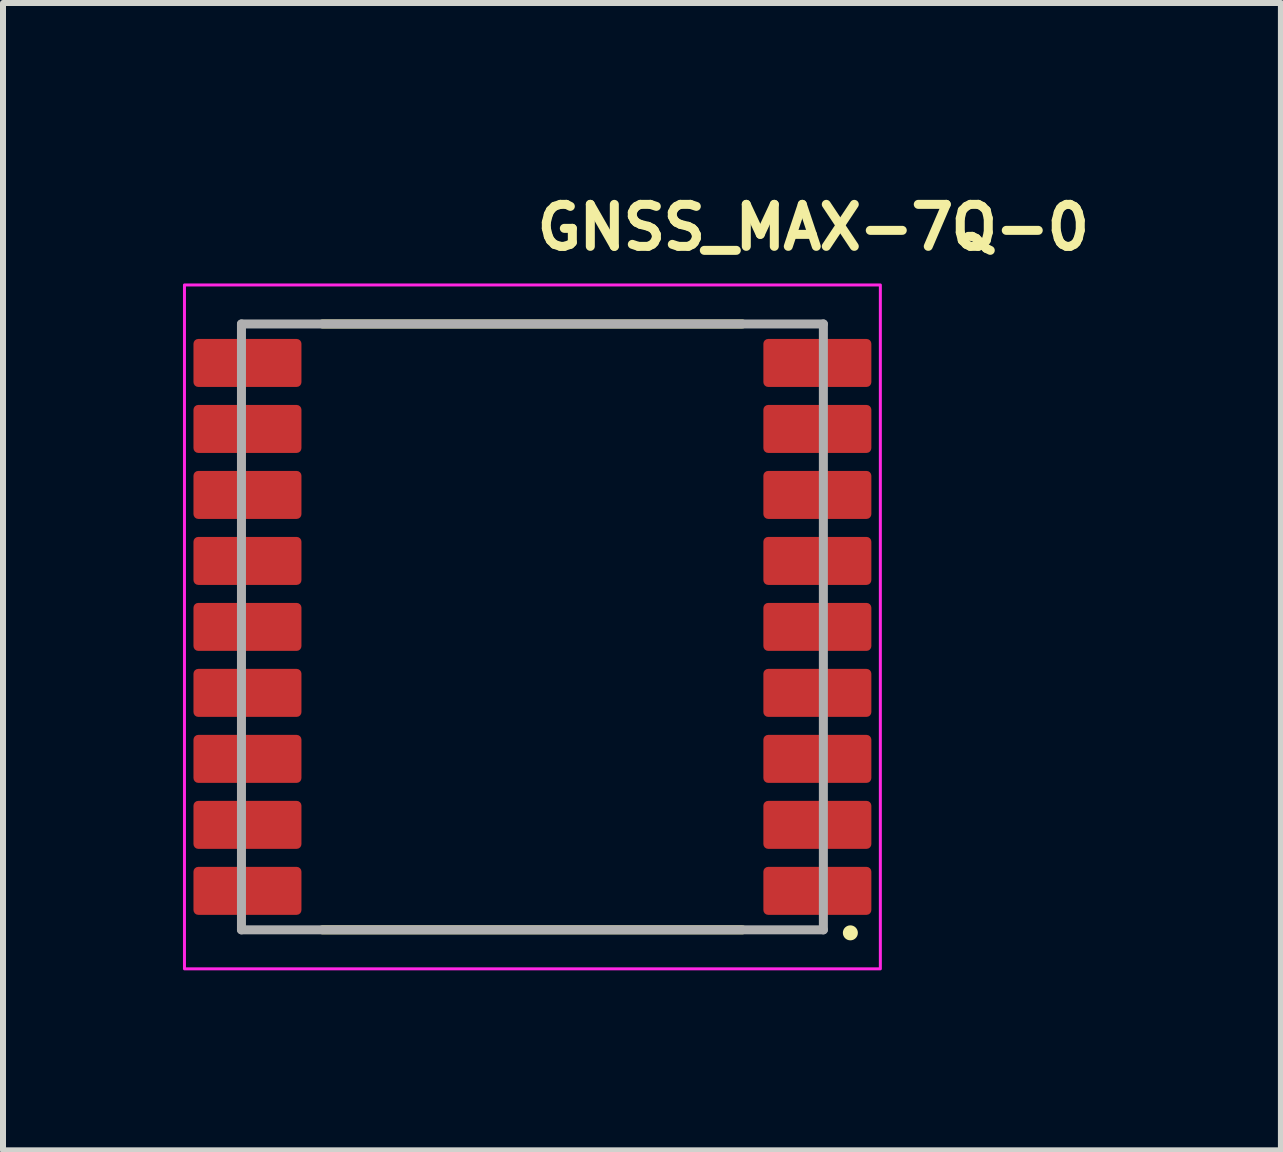
<source format=kicad_pcb>
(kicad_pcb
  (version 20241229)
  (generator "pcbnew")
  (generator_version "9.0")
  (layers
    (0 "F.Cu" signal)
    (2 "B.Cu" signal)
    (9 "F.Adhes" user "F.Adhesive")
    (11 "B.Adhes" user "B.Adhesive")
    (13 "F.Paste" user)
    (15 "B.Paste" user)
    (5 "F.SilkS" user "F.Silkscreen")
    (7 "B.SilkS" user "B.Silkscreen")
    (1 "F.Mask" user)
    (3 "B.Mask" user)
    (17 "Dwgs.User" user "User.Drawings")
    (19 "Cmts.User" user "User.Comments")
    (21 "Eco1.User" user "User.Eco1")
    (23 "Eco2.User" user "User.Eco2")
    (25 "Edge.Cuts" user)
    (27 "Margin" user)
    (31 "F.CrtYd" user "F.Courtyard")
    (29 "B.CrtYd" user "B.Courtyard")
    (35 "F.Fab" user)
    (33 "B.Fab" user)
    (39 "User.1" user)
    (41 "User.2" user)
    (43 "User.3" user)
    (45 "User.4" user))
  (footprint "GNSS_MAX-7Q-0"
    (layer "F.Cu")
    (at 5.825 7.4)
    (property "Reference" "GNSS_MAX-7Q-0" (at 0 -6.25 0) (layer "F.SilkS") (effects (font (size 0.7 0.7) (thickness 0.15)) (justify left bottom)))
    (attr smd)
    (fp_line (start -3.5 -5.05) (end 3.5 -5.05) (stroke (width 0.15) (type solid)) (layer "F.SilkS"))
    (fp_line (start -3.5 5.05) (end 3.5 5.05) (stroke (width 0.15) (type solid)) (layer "F.SilkS"))
    (fp_circle (center 5.3 5.1) (end 5.35 5.1) (stroke (width 0.15) (type solid)) (fill yes) (layer "F.SilkS"))
    (fp_rect (start -5.8 -5.7) (end 5.8 5.7) (stroke (width 0.05) (type solid)) (fill no) (layer "F.CrtYd"))
    (fp_line (start -4.85 -5.05) (end -4.85 5.05) (stroke (width 0.15) (type solid)) (layer "F.Fab"))
    (fp_line (start -4.85 5.05) (end 4.85 5.05) (stroke (width 0.15) (type solid)) (layer "F.Fab"))
    (fp_line (start 4.85 -5.05) (end -4.85 -5.05) (stroke (width 0.15) (type solid)) (layer "F.Fab"))
    (fp_line (start 4.85 5.05) (end 4.85 -5.05) (stroke (width 0.15) (type solid)) (layer "F.Fab"))
    (fp_rect (start -4.85 -5.05) (end 4.85 5.05) (stroke (width 0.1) (type solid)) (fill no) (layer "User.5"))
    (fp_line (start -4.85 -5.05) (end -4.85 5.05) (stroke (width 0.02) (type solid)) (layer "User.9"))
    (fp_line (start -4.85 5.05) (end 4.85 5.05) (stroke (width 0.02) (type solid)) (layer "User.9"))
    (fp_line (start 4.85 -5.05) (end -4.85 -5.05) (stroke (width 0.02) (type solid)) (layer "User.9"))
    (fp_line (start 4.85 5.05) (end 4.85 -5.05) (stroke (width 0.02) (type solid)) (layer "User.9"))
    (pad "1" smd roundrect (at 4.75 4.4 90) (size 0.8 1.8) (layers "F.Cu" "F.Mask" "F.Paste") (roundrect_rratio 0.1))
    (pad "2" smd roundrect (at 4.75 3.3 90) (size 0.8 1.8) (layers "F.Cu" "F.Mask" "F.Paste") (roundrect_rratio 0.1))
    (pad "3" smd roundrect (at 4.75 2.2 90) (size 0.8 1.8) (layers "F.Cu" "F.Mask" "F.Paste") (roundrect_rratio 0.1))
    (pad "4" smd roundrect (at 4.75 1.1 90) (size 0.8 1.8) (layers "F.Cu" "F.Mask" "F.Paste") (roundrect_rratio 0.1))
    (pad "5" smd roundrect (at 4.75 0 90) (size 0.8 1.8) (layers "F.Cu" "F.Mask" "F.Paste") (roundrect_rratio 0.1))
    (pad "6" smd roundrect (at 4.75 -1.1 90) (size 0.8 1.8) (layers "F.Cu" "F.Mask" "F.Paste") (roundrect_rratio 0.1))
    (pad "7" smd roundrect (at 4.75 -2.2 90) (size 0.8 1.8) (layers "F.Cu" "F.Mask" "F.Paste") (roundrect_rratio 0.1))
    (pad "8" smd roundrect (at 4.75 -3.3 90) (size 0.8 1.8) (layers "F.Cu" "F.Mask" "F.Paste") (roundrect_rratio 0.1))
    (pad "9" smd roundrect (at 4.75 -4.4 90) (size 0.8 1.8) (layers "F.Cu" "F.Mask" "F.Paste") (roundrect_rratio 0.1))
    (pad "10" smd roundrect (at -4.75 -4.4 90) (size 0.8 1.8) (layers "F.Cu" "F.Mask" "F.Paste") (roundrect_rratio 0.1))
    (pad "11" smd roundrect (at -4.75 -3.3 90) (size 0.8 1.8) (layers "F.Cu" "F.Mask" "F.Paste") (roundrect_rratio 0.1))
    (pad "12" smd roundrect (at -4.75 -2.2 90) (size 0.8 1.8) (layers "F.Cu" "F.Mask" "F.Paste") (roundrect_rratio 0.1))
    (pad "13" smd roundrect (at -4.75 -1.1 90) (size 0.8 1.8) (layers "F.Cu" "F.Mask" "F.Paste") (roundrect_rratio 0.1))
    (pad "14" smd roundrect (at -4.75 0 90) (size 0.8 1.8) (layers "F.Cu" "F.Mask" "F.Paste") (roundrect_rratio 0.1))
    (pad "15" smd roundrect (at -4.75 1.1 90) (size 0.8 1.8) (layers "F.Cu" "F.Mask" "F.Paste") (roundrect_rratio 0.1))
    (pad "16" smd roundrect (at -4.75 2.2 90) (size 0.8 1.8) (layers "F.Cu" "F.Mask" "F.Paste") (roundrect_rratio 0.1))
    (pad "17" smd roundrect (at -4.75 3.3 90) (size 0.8 1.8) (layers "F.Cu" "F.Mask" "F.Paste") (roundrect_rratio 0.1))
    (pad "18" smd roundrect (at -4.75 4.4 90) (size 0.8 1.8) (layers "F.Cu" "F.Mask" "F.Paste") (roundrect_rratio 0.1)))
  (gr_rect
    (start -3 -3)
    (end 18.302 16.125)
    (stroke (width 0.1) (type default))
    (fill no)
    (layer "Edge.Cuts")))
</source>
